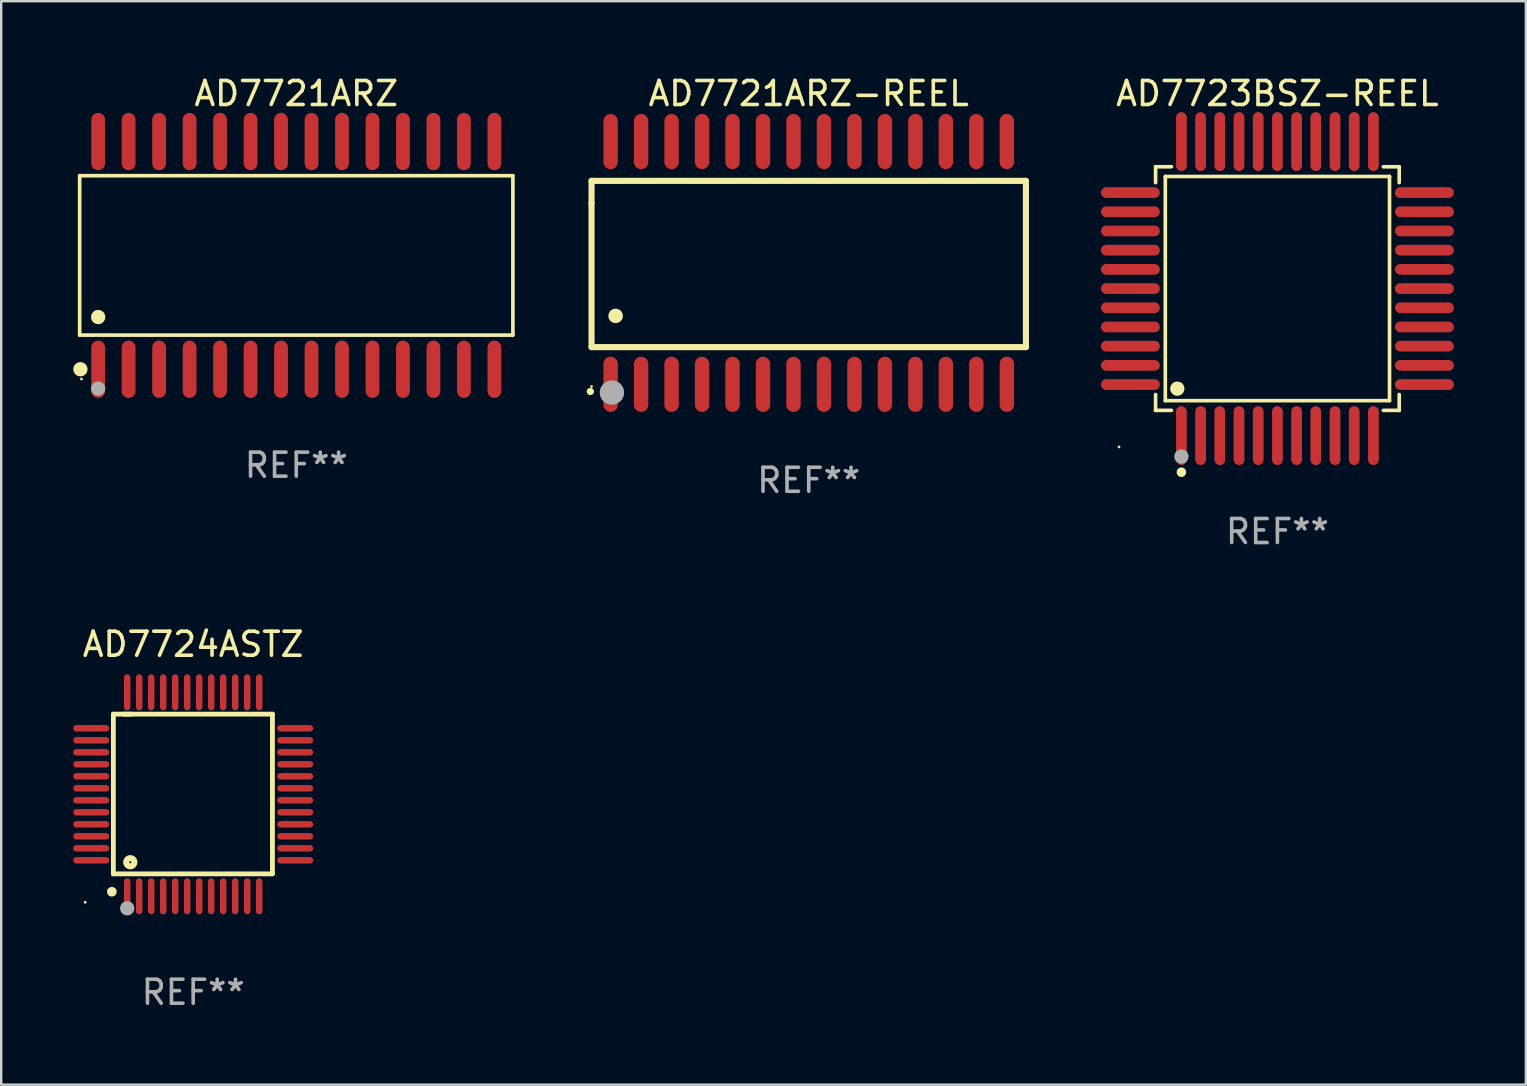
<source format=kicad_pcb>
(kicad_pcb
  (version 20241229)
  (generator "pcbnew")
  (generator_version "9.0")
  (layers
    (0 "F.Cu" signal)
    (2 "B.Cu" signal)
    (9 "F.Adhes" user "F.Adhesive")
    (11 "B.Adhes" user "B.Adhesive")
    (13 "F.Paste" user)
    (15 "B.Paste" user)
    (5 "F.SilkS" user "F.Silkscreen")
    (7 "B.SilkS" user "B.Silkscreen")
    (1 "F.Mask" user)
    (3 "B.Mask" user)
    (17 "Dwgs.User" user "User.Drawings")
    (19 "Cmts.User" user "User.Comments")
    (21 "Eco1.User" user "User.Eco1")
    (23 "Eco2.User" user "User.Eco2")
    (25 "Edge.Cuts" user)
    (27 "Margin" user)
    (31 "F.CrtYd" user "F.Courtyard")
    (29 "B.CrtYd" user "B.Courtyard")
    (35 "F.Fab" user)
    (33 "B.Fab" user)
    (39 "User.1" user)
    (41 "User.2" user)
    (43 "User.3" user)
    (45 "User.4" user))
  (footprint "AD7721ARZ"
    (layer "F.Cu")
    (at 9.295 7.592)
    (property "Reference" "AD7721ARZ" (at 0 -6.744 0) (layer "F.SilkS") (effects (font (size 1 1) (thickness 0.15))))
    (attr through_hole)
    (fp_line (start -9.026 -3.321) (end 9.026 -3.321) (stroke (width 0.152) (type solid)) (layer "F.SilkS"))
    (fp_line (start -9.026 3.321) (end -9.026 -3.321) (stroke (width 0.152) (type solid)) (layer "F.SilkS"))
    (fp_line (start 9.026 -3.321) (end 9.026 3.321) (stroke (width 0.152) (type solid)) (layer "F.SilkS"))
    (fp_line (start 9.026 3.321) (end -9.026 3.321) (stroke (width 0.152) (type solid)) (layer "F.SilkS"))
    (fp_circle (center -8.994 4.744) (end -8.844 4.744) (stroke (width 0.3) (type solid)) (fill no) (layer "F.SilkS"))
    (fp_circle (center -8.95 5.15) (end -8.92 5.15) (stroke (width 0.06) (type solid)) (fill no) (layer "F.SilkS"))
    (fp_circle (center -8.255 2.569) (end -8.105 2.569) (stroke (width 0.3) (type solid)) (fill no) (layer "F.SilkS"))
    (fp_circle (center -8.255 5.55) (end -8.105 5.55) (stroke (width 0.3) (type solid)) (fill no) (layer "F.Fab"))
    (fp_text user "REF**" (at 0 8.744 0) (layer "F.Fab") (effects (font (size 1 1) (thickness 0.15))))
    (pad "1" smd oval (at -8.255 4.744) (size 0.574 2.388) (layers "F.Cu" "F.Mask" "F.Paste"))
    (pad "2" smd oval (at -6.985 4.744) (size 0.574 2.388) (layers "F.Cu" "F.Mask" "F.Paste"))
    (pad "3" smd oval (at -5.715 4.744) (size 0.574 2.388) (layers "F.Cu" "F.Mask" "F.Paste"))
    (pad "4" smd oval (at -4.445 4.744) (size 0.574 2.388) (layers "F.Cu" "F.Mask" "F.Paste"))
    (pad "5" smd oval (at -3.175 4.744) (size 0.574 2.388) (layers "F.Cu" "F.Mask" "F.Paste"))
    (pad "6" smd oval (at -1.905 4.744) (size 0.574 2.388) (layers "F.Cu" "F.Mask" "F.Paste"))
    (pad "7" smd oval (at -0.635 4.744) (size 0.574 2.388) (layers "F.Cu" "F.Mask" "F.Paste"))
    (pad "8" smd oval (at 0.635 4.744) (size 0.574 2.388) (layers "F.Cu" "F.Mask" "F.Paste"))
    (pad "9" smd oval (at 1.905 4.744) (size 0.574 2.388) (layers "F.Cu" "F.Mask" "F.Paste"))
    (pad "10" smd oval (at 3.175 4.744) (size 0.574 2.388) (layers "F.Cu" "F.Mask" "F.Paste"))
    (pad "11" smd oval (at 4.445 4.744) (size 0.574 2.388) (layers "F.Cu" "F.Mask" "F.Paste"))
    (pad "12" smd oval (at 5.715 4.744) (size 0.574 2.388) (layers "F.Cu" "F.Mask" "F.Paste"))
    (pad "13" smd oval (at 6.985 4.744) (size 0.574 2.388) (layers "F.Cu" "F.Mask" "F.Paste"))
    (pad "14" smd oval (at 8.255 4.744) (size 0.574 2.388) (layers "F.Cu" "F.Mask" "F.Paste"))
    (pad "15" smd oval (at 8.255 -4.744) (size 0.574 2.388) (layers "F.Cu" "F.Mask" "F.Paste"))
    (pad "16" smd oval (at 6.985 -4.744) (size 0.574 2.388) (layers "F.Cu" "F.Mask" "F.Paste"))
    (pad "17" smd oval (at 5.715 -4.744) (size 0.574 2.388) (layers "F.Cu" "F.Mask" "F.Paste"))
    (pad "18" smd oval (at 4.445 -4.744) (size 0.574 2.388) (layers "F.Cu" "F.Mask" "F.Paste"))
    (pad "19" smd oval (at 3.175 -4.744) (size 0.574 2.388) (layers "F.Cu" "F.Mask" "F.Paste"))
    (pad "20" smd oval (at 1.905 -4.744) (size 0.574 2.388) (layers "F.Cu" "F.Mask" "F.Paste"))
    (pad "21" smd oval (at 0.635 -4.744) (size 0.574 2.388) (layers "F.Cu" "F.Mask" "F.Paste"))
    (pad "22" smd oval (at -0.635 -4.744) (size 0.574 2.388) (layers "F.Cu" "F.Mask" "F.Paste"))
    (pad "23" smd oval (at -1.905 -4.744) (size 0.574 2.388) (layers "F.Cu" "F.Mask" "F.Paste"))
    (pad "24" smd oval (at -3.175 -4.744) (size 0.574 2.388) (layers "F.Cu" "F.Mask" "F.Paste"))
    (pad "25" smd oval (at -4.445 -4.744) (size 0.574 2.388) (layers "F.Cu" "F.Mask" "F.Paste"))
    (pad "26" smd oval (at -5.715 -4.744) (size 0.574 2.388) (layers "F.Cu" "F.Mask" "F.Paste"))
    (pad "27" smd oval (at -6.985 -4.744) (size 0.574 2.388) (layers "F.Cu" "F.Mask" "F.Paste"))
    (pad "28" smd oval (at -8.255 -4.744) (size 0.574 2.388) (layers "F.Cu" "F.Mask" "F.Paste")))
  (footprint "AD7723BSZ-REEL"
    (layer "F.Cu")
    (at 50.177 8.974)
    (property "Reference" "AD7723BSZ-REEL" (at 0 -8.126 0) (layer "F.SilkS") (effects (font (size 1 1) (thickness 0.15))))
    (attr through_hole)
    (fp_line (start -5.076 -5.076) (end -4.415 -5.076) (stroke (width 0.152) (type solid)) (layer "F.SilkS"))
    (fp_line (start -5.076 -4.415) (end -5.076 -5.076) (stroke (width 0.152) (type solid)) (layer "F.SilkS"))
    (fp_line (start -5.076 4.415) (end -5.076 5.076) (stroke (width 0.152) (type solid)) (layer "F.SilkS"))
    (fp_line (start -5.076 5.076) (end -4.415 5.076) (stroke (width 0.152) (type solid)) (layer "F.SilkS"))
    (fp_line (start -4.671 -4.671) (end 4.671 -4.671) (stroke (width 0.152) (type solid)) (layer "F.SilkS"))
    (fp_line (start -4.671 4.671) (end -4.671 -4.671) (stroke (width 0.152) (type solid)) (layer "F.SilkS"))
    (fp_line (start 4.671 -4.671) (end 4.671 4.671) (stroke (width 0.152) (type solid)) (layer "F.SilkS"))
    (fp_line (start 4.671 4.671) (end -4.671 4.671) (stroke (width 0.152) (type solid)) (layer "F.SilkS"))
    (fp_line (start 5.076 -5.076) (end 4.415 -5.076) (stroke (width 0.152) (type solid)) (layer "F.SilkS"))
    (fp_line (start 5.076 -4.415) (end 5.076 -5.076) (stroke (width 0.152) (type solid)) (layer "F.SilkS"))
    (fp_line (start 5.076 4.415) (end 5.076 5.076) (stroke (width 0.152) (type solid)) (layer "F.SilkS"))
    (fp_line (start 5.076 5.076) (end 4.415 5.076) (stroke (width 0.152) (type solid)) (layer "F.SilkS"))
    (fp_circle (center -6.6 6.6) (end -6.57 6.6) (stroke (width 0.06) (type solid)) (fill no) (layer "F.SilkS"))
    (fp_circle (center -4.171 4.171) (end -4.021 4.171) (stroke (width 0.3) (type solid)) (fill no) (layer "F.SilkS"))
    (fp_circle (center -4 7.652) (end -3.9 7.652) (stroke (width 0.2) (type solid)) (fill no) (layer "F.SilkS"))
    (fp_circle (center -4 7) (end -3.85 7) (stroke (width 0.3) (type solid)) (fill no) (layer "F.Fab"))
    (fp_text user "REF**" (at 0 10.126 0) (layer "F.Fab") (effects (font (size 1 1) (thickness 0.15))))
    (pad "1" smd oval (at -4 6.126) (size 0.448 2.452) (layers "F.Cu" "F.Mask" "F.Paste"))
    (pad "2" smd oval (at -3.2 6.126) (size 0.448 2.452) (layers "F.Cu" "F.Mask" "F.Paste"))
    (pad "3" smd oval (at -2.4 6.126) (size 0.448 2.452) (layers "F.Cu" "F.Mask" "F.Paste"))
    (pad "4" smd oval (at -1.6 6.126) (size 0.448 2.452) (layers "F.Cu" "F.Mask" "F.Paste"))
    (pad "5" smd oval (at -0.8 6.126) (size 0.448 2.452) (layers "F.Cu" "F.Mask" "F.Paste"))
    (pad "6" smd oval (at 0 6.126) (size 0.448 2.452) (layers "F.Cu" "F.Mask" "F.Paste"))
    (pad "7" smd oval (at 0.8 6.126) (size 0.448 2.452) (layers "F.Cu" "F.Mask" "F.Paste"))
    (pad "8" smd oval (at 1.6 6.126) (size 0.448 2.452) (layers "F.Cu" "F.Mask" "F.Paste"))
    (pad "9" smd oval (at 2.4 6.126) (size 0.448 2.452) (layers "F.Cu" "F.Mask" "F.Paste"))
    (pad "10" smd oval (at 3.2 6.126) (size 0.448 2.452) (layers "F.Cu" "F.Mask" "F.Paste"))
    (pad "11" smd oval (at 4 6.126) (size 0.448 2.452) (layers "F.Cu" "F.Mask" "F.Paste"))
    (pad "12" smd oval (at 6.126 4) (size 2.452 0.448) (layers "F.Cu" "F.Mask" "F.Paste"))
    (pad "13" smd oval (at 6.126 3.2) (size 2.452 0.448) (layers "F.Cu" "F.Mask" "F.Paste"))
    (pad "14" smd oval (at 6.126 2.4) (size 2.452 0.448) (layers "F.Cu" "F.Mask" "F.Paste"))
    (pad "15" smd oval (at 6.126 1.6) (size 2.452 0.448) (layers "F.Cu" "F.Mask" "F.Paste"))
    (pad "16" smd oval (at 6.126 0.8) (size 2.452 0.448) (layers "F.Cu" "F.Mask" "F.Paste"))
    (pad "17" smd oval (at 6.126 0) (size 2.452 0.448) (layers "F.Cu" "F.Mask" "F.Paste"))
    (pad "18" smd oval (at 6.126 -0.8) (size 2.452 0.448) (layers "F.Cu" "F.Mask" "F.Paste"))
    (pad "19" smd oval (at 6.126 -1.6) (size 2.452 0.448) (layers "F.Cu" "F.Mask" "F.Paste"))
    (pad "20" smd oval (at 6.126 -2.4) (size 2.452 0.448) (layers "F.Cu" "F.Mask" "F.Paste"))
    (pad "21" smd oval (at 6.126 -3.2) (size 2.452 0.448) (layers "F.Cu" "F.Mask" "F.Paste"))
    (pad "22" smd oval (at 6.126 -4) (size 2.452 0.448) (layers "F.Cu" "F.Mask" "F.Paste"))
    (pad "23" smd oval (at 4 -6.126) (size 0.448 2.452) (layers "F.Cu" "F.Mask" "F.Paste"))
    (pad "24" smd oval (at 3.2 -6.126) (size 0.448 2.452) (layers "F.Cu" "F.Mask" "F.Paste"))
    (pad "25" smd oval (at 2.4 -6.126) (size 0.448 2.452) (layers "F.Cu" "F.Mask" "F.Paste"))
    (pad "26" smd oval (at 1.6 -6.126) (size 0.448 2.452) (layers "F.Cu" "F.Mask" "F.Paste"))
    (pad "27" smd oval (at 0.8 -6.126) (size 0.448 2.452) (layers "F.Cu" "F.Mask" "F.Paste"))
    (pad "28" smd oval (at 0 -6.126) (size 0.448 2.452) (layers "F.Cu" "F.Mask" "F.Paste"))
    (pad "29" smd oval (at -0.8 -6.126) (size 0.448 2.452) (layers "F.Cu" "F.Mask" "F.Paste"))
    (pad "30" smd oval (at -1.6 -6.126) (size 0.448 2.452) (layers "F.Cu" "F.Mask" "F.Paste"))
    (pad "31" smd oval (at -2.4 -6.126) (size 0.448 2.452) (layers "F.Cu" "F.Mask" "F.Paste"))
    (pad "32" smd oval (at -3.2 -6.126) (size 0.448 2.452) (layers "F.Cu" "F.Mask" "F.Paste"))
    (pad "33" smd oval (at -4 -6.126) (size 0.448 2.452) (layers "F.Cu" "F.Mask" "F.Paste"))
    (pad "34" smd oval (at -6.126 -4) (size 2.452 0.448) (layers "F.Cu" "F.Mask" "F.Paste"))
    (pad "35" smd oval (at -6.126 -3.2) (size 2.452 0.448) (layers "F.Cu" "F.Mask" "F.Paste"))
    (pad "36" smd oval (at -6.126 -2.4) (size 2.452 0.448) (layers "F.Cu" "F.Mask" "F.Paste"))
    (pad "37" smd oval (at -6.126 -1.6) (size 2.452 0.448) (layers "F.Cu" "F.Mask" "F.Paste"))
    (pad "38" smd oval (at -6.126 -0.8) (size 2.452 0.448) (layers "F.Cu" "F.Mask" "F.Paste"))
    (pad "39" smd oval (at -6.126 0) (size 2.452 0.448) (layers "F.Cu" "F.Mask" "F.Paste"))
    (pad "40" smd oval (at -6.126 0.8) (size 2.452 0.448) (layers "F.Cu" "F.Mask" "F.Paste"))
    (pad "41" smd oval (at -6.126 1.6) (size 2.452 0.448) (layers "F.Cu" "F.Mask" "F.Paste"))
    (pad "42" smd oval (at -6.126 2.4) (size 2.452 0.448) (layers "F.Cu" "F.Mask" "F.Paste"))
    (pad "43" smd oval (at -6.126 3.2) (size 2.452 0.448) (layers "F.Cu" "F.Mask" "F.Paste"))
    (pad "44" smd oval (at -6.126 4) (size 2.452 0.448) (layers "F.Cu" "F.Mask" "F.Paste")))
  (footprint "AD7721ARZ-REEL"
    (layer "F.Cu")
    (at 30.648 7.906)
    (property "Reference" "AD7721ARZ-REEL" (at 0 -7.058 0) (layer "F.SilkS") (effects (font (size 1 1) (thickness 0.15))))
    (attr through_hole)
    (fp_line (start -9.05 -3.42) (end 9.05 -3.42) (stroke (width 0.254) (type solid)) (layer "F.SilkS"))
    (fp_line (start -9.05 -2.492) (end -9.05 -3.42) (stroke (width 0.254) (type solid)) (layer "F.SilkS"))
    (fp_line (start -9.05 3.508) (end -9.05 -2.492) (stroke (width 0.254) (type solid)) (layer "F.SilkS"))
    (fp_line (start 9.05 -3.42) (end 9.05 3.508) (stroke (width 0.254) (type solid)) (layer "F.SilkS"))
    (fp_line (start 9.05 3.508) (end -9.05 3.508) (stroke (width 0.254) (type solid)) (layer "F.SilkS"))
    (fp_arc (start -9.100838 5.35649) (mid -9.099568 5.356485) (end -9.098298 5.35649) (stroke (width 0.3) (type solid)) (layer "F.SilkS"))
    (fp_arc (start -8.049276 2.206883) (mid -8.046736 2.206872) (end -8.044196 2.206883) (stroke (width 0.6) (type solid)) (layer "F.SilkS"))
    (fp_circle (center -9.05 5.15) (end -9.02 5.15) (stroke (width 0.06) (type solid)) (fill no) (layer "F.SilkS"))
    (fp_circle (center -8.2 5.4) (end -7.946 5.4) (stroke (width 0.508) (type solid)) (fill no) (layer "F.Fab"))
    (fp_text user "REF**" (at 0 9.058 0) (layer "F.Fab") (effects (font (size 1 1) (thickness 0.15))))
    (pad "1" smd oval (at -8.255 5.058 180) (size 0.6 2.3) (layers "F.Cu" "F.Mask" "F.Paste"))
    (pad "2" smd oval (at -6.985 5.058 180) (size 0.6 2.3) (layers "F.Cu" "F.Mask" "F.Paste"))
    (pad "3" smd oval (at -5.715 5.058 180) (size 0.6 2.3) (layers "F.Cu" "F.Mask" "F.Paste"))
    (pad "4" smd oval (at -4.445 5.058 180) (size 0.6 2.3) (layers "F.Cu" "F.Mask" "F.Paste"))
    (pad "5" smd oval (at -3.175 5.058 180) (size 0.6 2.3) (layers "F.Cu" "F.Mask" "F.Paste"))
    (pad "6" smd oval (at -1.905 5.058 180) (size 0.6 2.3) (layers "F.Cu" "F.Mask" "F.Paste"))
    (pad "7" smd oval (at -0.635 5.058 180) (size 0.6 2.3) (layers "F.Cu" "F.Mask" "F.Paste"))
    (pad "8" smd oval (at 0.635 5.058 180) (size 0.6 2.3) (layers "F.Cu" "F.Mask" "F.Paste"))
    (pad "9" smd oval (at 1.905 5.058 180) (size 0.6 2.3) (layers "F.Cu" "F.Mask" "F.Paste"))
    (pad "10" smd oval (at 3.175 5.058 180) (size 0.6 2.3) (layers "F.Cu" "F.Mask" "F.Paste"))
    (pad "11" smd oval (at 4.445 5.058 180) (size 0.6 2.3) (layers "F.Cu" "F.Mask" "F.Paste"))
    (pad "12" smd oval (at 5.715 5.058 180) (size 0.6 2.3) (layers "F.Cu" "F.Mask" "F.Paste"))
    (pad "13" smd oval (at 6.985 5.058 180) (size 0.6 2.3) (layers "F.Cu" "F.Mask" "F.Paste"))
    (pad "14" smd oval (at 8.255 5.058 180) (size 0.6 2.3) (layers "F.Cu" "F.Mask" "F.Paste"))
    (pad "15" smd oval (at 8.255 -5.058 180) (size 0.6 2.3) (layers "F.Cu" "F.Mask" "F.Paste"))
    (pad "16" smd oval (at 6.985 -5.058 180) (size 0.6 2.3) (layers "F.Cu" "F.Mask" "F.Paste"))
    (pad "17" smd oval (at 5.715 -5.058 180) (size 0.6 2.3) (layers "F.Cu" "F.Mask" "F.Paste"))
    (pad "18" smd oval (at 4.445 -5.058 180) (size 0.6 2.3) (layers "F.Cu" "F.Mask" "F.Paste"))
    (pad "19" smd oval (at 3.175 -5.058 180) (size 0.6 2.3) (layers "F.Cu" "F.Mask" "F.Paste"))
    (pad "20" smd oval (at 1.905 -5.058 180) (size 0.6 2.3) (layers "F.Cu" "F.Mask" "F.Paste"))
    (pad "21" smd oval (at 0.635 -5.058 180) (size 0.6 2.3) (layers "F.Cu" "F.Mask" "F.Paste"))
    (pad "22" smd oval (at -0.635 -5.058 180) (size 0.6 2.3) (layers "F.Cu" "F.Mask" "F.Paste"))
    (pad "23" smd oval (at -1.905 -5.058 180) (size 0.6 2.3) (layers "F.Cu" "F.Mask" "F.Paste"))
    (pad "24" smd oval (at -3.175 -5.058 180) (size 0.6 2.3) (layers "F.Cu" "F.Mask" "F.Paste"))
    (pad "25" smd oval (at -4.445 -5.058 180) (size 0.6 2.3) (layers "F.Cu" "F.Mask" "F.Paste"))
    (pad "26" smd oval (at -5.715 -5.058 180) (size 0.6 2.3) (layers "F.Cu" "F.Mask" "F.Paste"))
    (pad "27" smd oval (at -6.985 -5.058 180) (size 0.6 2.3) (layers "F.Cu" "F.Mask" "F.Paste"))
    (pad "28" smd oval (at -8.255 -5.058 180) (size 0.6 2.3) (layers "F.Cu" "F.Mask" "F.Paste")))
  (footprint "AD7724ASTZ"
    (layer "F.Cu")
    (at 5 30.047)
    (property "Reference" "AD7724ASTZ" (at 0 -6.25 0) (layer "F.SilkS") (effects (font (size 1 1) (thickness 0.15))))
    (attr through_hole)
    (fp_line (start -3.327 -3.34) (end -2.565 -3.34) (stroke (width 0.2) (type solid)) (layer "F.SilkS"))
    (fp_line (start -3.327 3.315) (end -3.327 -3.34) (stroke (width 0.2) (type solid)) (layer "F.SilkS"))
    (fp_line (start -2.896 -3.34) (end 3.302 -3.34) (stroke (width 0.2) (type solid)) (layer "F.SilkS"))
    (fp_line (start 3.302 -3.34) (end 3.302 3.315) (stroke (width 0.2) (type solid)) (layer "F.SilkS"))
    (fp_line (start 3.302 3.315) (end -3.327 3.315) (stroke (width 0.2) (type solid)) (layer "F.SilkS"))
    (fp_arc (start -3.389992 4.059995) (mid -3.388722 4.059991) (end -3.387452 4.059995) (stroke (width 0.4) (type solid)) (layer "F.SilkS"))
    (fp_circle (center -4.5 4.5) (end -4.47 4.5) (stroke (width 0.06) (type solid)) (fill no) (layer "F.SilkS"))
    (fp_circle (center -2.62 2.83) (end -2.45 2.83) (stroke (width 0.254) (type solid)) (fill no) (layer "F.SilkS"))
    (fp_circle (center -2.75 4.75) (end -2.6 4.75) (stroke (width 0.3) (type solid)) (fill no) (layer "F.Fab"))
    (fp_text user "REF**" (at 0 8.25 0) (layer "F.Fab") (effects (font (size 1 1) (thickness 0.15))))
    (pad "1" smd oval (at -2.75 4.25) (size 0.27 1.5) (layers "F.Cu" "F.Mask" "F.Paste"))
    (pad "2" smd oval (at -2.25 4.25) (size 0.27 1.5) (layers "F.Cu" "F.Mask" "F.Paste"))
    (pad "3" smd oval (at -1.75 4.25) (size 0.27 1.5) (layers "F.Cu" "F.Mask" "F.Paste"))
    (pad "4" smd oval (at -1.25 4.25) (size 0.27 1.5) (layers "F.Cu" "F.Mask" "F.Paste"))
    (pad "5" smd oval (at -0.75 4.25) (size 0.27 1.5) (layers "F.Cu" "F.Mask" "F.Paste"))
    (pad "6" smd oval (at -0.25 4.25) (size 0.27 1.5) (layers "F.Cu" "F.Mask" "F.Paste"))
    (pad "7" smd oval (at 0.25 4.25) (size 0.27 1.5) (layers "F.Cu" "F.Mask" "F.Paste"))
    (pad "8" smd oval (at 0.75 4.25) (size 0.27 1.5) (layers "F.Cu" "F.Mask" "F.Paste"))
    (pad "9" smd oval (at 1.25 4.25) (size 0.27 1.5) (layers "F.Cu" "F.Mask" "F.Paste"))
    (pad "10" smd oval (at 1.75 4.25) (size 0.27 1.5) (layers "F.Cu" "F.Mask" "F.Paste"))
    (pad "11" smd oval (at 2.25 4.25) (size 0.27 1.5) (layers "F.Cu" "F.Mask" "F.Paste"))
    (pad "12" smd oval (at 2.75 4.25) (size 0.27 1.5) (layers "F.Cu" "F.Mask" "F.Paste"))
    (pad "13" smd oval (at 4.25 2.75) (size 1.5 0.27) (layers "F.Cu" "F.Mask" "F.Paste"))
    (pad "14" smd oval (at 4.25 2.25) (size 1.5 0.27) (layers "F.Cu" "F.Mask" "F.Paste"))
    (pad "15" smd oval (at 4.25 1.75) (size 1.5 0.27) (layers "F.Cu" "F.Mask" "F.Paste"))
    (pad "16" smd oval (at 4.25 1.25) (size 1.5 0.27) (layers "F.Cu" "F.Mask" "F.Paste"))
    (pad "17" smd oval (at 4.25 0.75) (size 1.5 0.27) (layers "F.Cu" "F.Mask" "F.Paste"))
    (pad "18" smd oval (at 4.25 0.25) (size 1.5 0.27) (layers "F.Cu" "F.Mask" "F.Paste"))
    (pad "19" smd oval (at 4.25 -0.25) (size 1.5 0.27) (layers "F.Cu" "F.Mask" "F.Paste"))
    (pad "20" smd oval (at 4.25 -0.75) (size 1.5 0.27) (layers "F.Cu" "F.Mask" "F.Paste"))
    (pad "21" smd oval (at 4.25 -1.25) (size 1.5 0.27) (layers "F.Cu" "F.Mask" "F.Paste"))
    (pad "22" smd oval (at 4.25 -1.75) (size 1.5 0.27) (layers "F.Cu" "F.Mask" "F.Paste"))
    (pad "23" smd oval (at 4.25 -2.25) (size 1.5 0.27) (layers "F.Cu" "F.Mask" "F.Paste"))
    (pad "24" smd oval (at 4.25 -2.75) (size 1.5 0.27) (layers "F.Cu" "F.Mask" "F.Paste"))
    (pad "25" smd oval (at 2.75 -4.25) (size 0.27 1.5) (layers "F.Cu" "F.Mask" "F.Paste"))
    (pad "26" smd oval (at 2.25 -4.25) (size 0.27 1.5) (layers "F.Cu" "F.Mask" "F.Paste"))
    (pad "27" smd oval (at 1.75 -4.25) (size 0.27 1.5) (layers "F.Cu" "F.Mask" "F.Paste"))
    (pad "28" smd oval (at 1.25 -4.25) (size 0.27 1.5) (layers "F.Cu" "F.Mask" "F.Paste"))
    (pad "29" smd oval (at 0.75 -4.25) (size 0.27 1.5) (layers "F.Cu" "F.Mask" "F.Paste"))
    (pad "30" smd oval (at 0.25 -4.25) (size 0.27 1.5) (layers "F.Cu" "F.Mask" "F.Paste"))
    (pad "31" smd oval (at -0.25 -4.25) (size 0.27 1.5) (layers "F.Cu" "F.Mask" "F.Paste"))
    (pad "32" smd oval (at -0.75 -4.25) (size 0.27 1.5) (layers "F.Cu" "F.Mask" "F.Paste"))
    (pad "33" smd oval (at -1.25 -4.25) (size 0.27 1.5) (layers "F.Cu" "F.Mask" "F.Paste"))
    (pad "34" smd oval (at -1.75 -4.25) (size 0.27 1.5) (layers "F.Cu" "F.Mask" "F.Paste"))
    (pad "35" smd oval (at -2.25 -4.25) (size 0.27 1.5) (layers "F.Cu" "F.Mask" "F.Paste"))
    (pad "36" smd oval (at -2.75 -4.25) (size 0.27 1.5) (layers "F.Cu" "F.Mask" "F.Paste"))
    (pad "37" smd oval (at -4.25 -2.75) (size 1.5 0.27) (layers "F.Cu" "F.Mask" "F.Paste"))
    (pad "38" smd oval (at -4.25 -2.25) (size 1.5 0.27) (layers "F.Cu" "F.Mask" "F.Paste"))
    (pad "39" smd oval (at -4.25 -1.75) (size 1.5 0.27) (layers "F.Cu" "F.Mask" "F.Paste"))
    (pad "40" smd oval (at -4.25 -1.25) (size 1.5 0.27) (layers "F.Cu" "F.Mask" "F.Paste"))
    (pad "41" smd oval (at -4.25 -0.75) (size 1.5 0.27) (layers "F.Cu" "F.Mask" "F.Paste"))
    (pad "42" smd oval (at -4.25 -0.25) (size 1.5 0.27) (layers "F.Cu" "F.Mask" "F.Paste"))
    (pad "43" smd oval (at -4.25 0.25) (size 1.5 0.27) (layers "F.Cu" "F.Mask" "F.Paste"))
    (pad "44" smd oval (at -4.25 0.75) (size 1.5 0.27) (layers "F.Cu" "F.Mask" "F.Paste"))
    (pad "45" smd oval (at -4.25 1.25) (size 1.5 0.27) (layers "F.Cu" "F.Mask" "F.Paste"))
    (pad "46" smd oval (at -4.25 1.75) (size 1.5 0.27) (layers "F.Cu" "F.Mask" "F.Paste"))
    (pad "47" smd oval (at -4.25 2.25) (size 1.5 0.27) (layers "F.Cu" "F.Mask" "F.Paste"))
    (pad "48" smd oval (at -4.25 2.75) (size 1.5 0.27) (layers "F.Cu" "F.Mask" "F.Paste")))
  (gr_rect
    (start -3 -3)
    (end 60.529 42.145)
    (stroke (width 0.1) (type default))
    (fill no)
    (layer "Edge.Cuts")))
</source>
